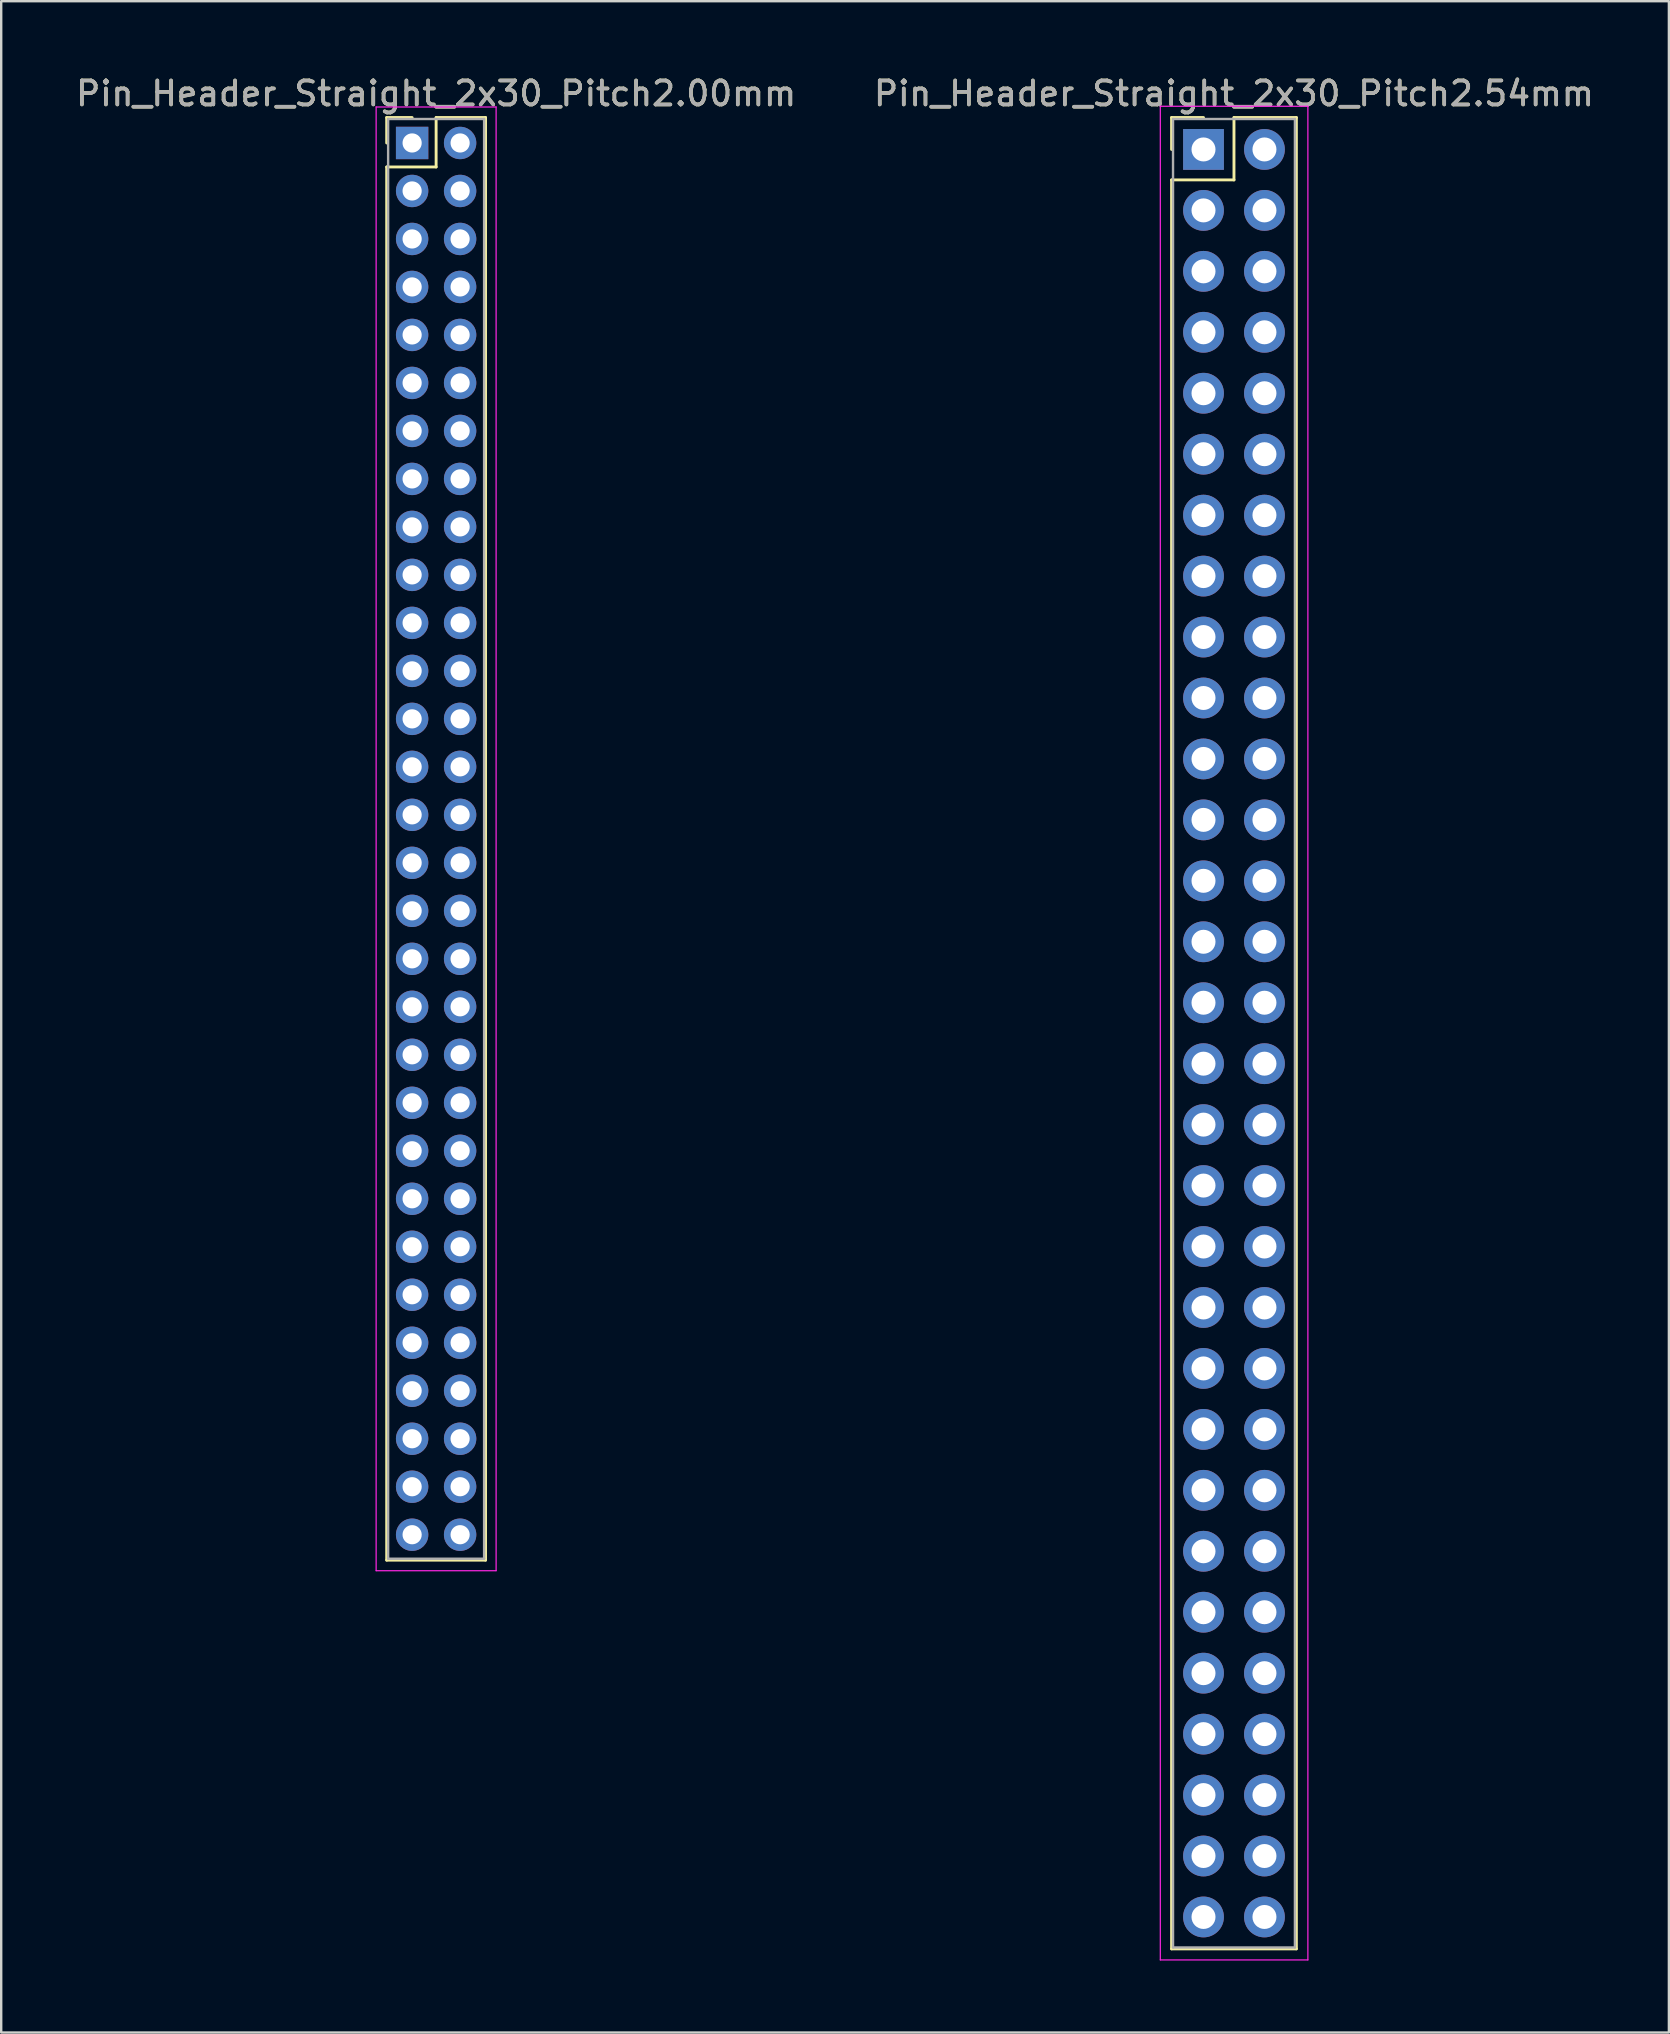
<source format=kicad_pcb>
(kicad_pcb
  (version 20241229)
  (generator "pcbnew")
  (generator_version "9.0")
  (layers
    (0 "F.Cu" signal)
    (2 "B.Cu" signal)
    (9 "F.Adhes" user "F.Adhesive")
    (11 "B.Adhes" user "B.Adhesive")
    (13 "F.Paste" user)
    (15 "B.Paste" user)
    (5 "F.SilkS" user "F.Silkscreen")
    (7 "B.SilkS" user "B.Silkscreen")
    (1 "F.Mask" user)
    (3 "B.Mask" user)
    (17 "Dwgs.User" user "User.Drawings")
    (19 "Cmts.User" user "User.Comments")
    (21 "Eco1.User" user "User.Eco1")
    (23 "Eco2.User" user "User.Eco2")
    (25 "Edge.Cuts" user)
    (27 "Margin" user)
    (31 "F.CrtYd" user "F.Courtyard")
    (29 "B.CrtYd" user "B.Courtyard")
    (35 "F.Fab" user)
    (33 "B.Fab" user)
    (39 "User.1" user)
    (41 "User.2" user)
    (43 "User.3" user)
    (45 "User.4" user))
  (footprint "Pin_Header_Straight_2x30_Pitch2.54mm"
    (layer "F.Cu")
    (at 47.105 3.178)
    (property "Reference" "Pin_Header_Straight_2x30_Pitch2.54mm" (at 1.27 -2.33 0) (layer "F.SilkS") (effects (font (size 1 1) (thickness 0.15))))
    (attr through_hole)
    (fp_line (start -1.33 -1.33) (end 0 -1.33) (stroke (width 0.12) (type solid)) (layer "F.SilkS"))
    (fp_line (start -1.33 0) (end -1.33 -1.33) (stroke (width 0.12) (type solid)) (layer "F.SilkS"))
    (fp_line (start -1.33 1.27) (end -1.33 74.99) (stroke (width 0.12) (type solid)) (layer "F.SilkS"))
    (fp_line (start -1.33 74.99) (end 3.87 74.99) (stroke (width 0.12) (type solid)) (layer "F.SilkS"))
    (fp_line (start 1.27 -1.33) (end 1.27 1.27) (stroke (width 0.12) (type solid)) (layer "F.SilkS"))
    (fp_line (start 1.27 1.27) (end -1.33 1.27) (stroke (width 0.12) (type solid)) (layer "F.SilkS"))
    (fp_line (start 3.87 -1.33) (end 1.27 -1.33) (stroke (width 0.12) (type solid)) (layer "F.SilkS"))
    (fp_line (start 3.87 74.99) (end 3.87 -1.33) (stroke (width 0.12) (type solid)) (layer "F.SilkS"))
    (fp_line (start -1.8 -1.8) (end -1.8 75.45) (stroke (width 0.05) (type solid)) (layer "F.CrtYd"))
    (fp_line (start -1.8 75.45) (end 4.35 75.45) (stroke (width 0.05) (type solid)) (layer "F.CrtYd"))
    (fp_line (start 4.35 -1.8) (end -1.8 -1.8) (stroke (width 0.05) (type solid)) (layer "F.CrtYd"))
    (fp_line (start 4.35 75.45) (end 4.35 -1.8) (stroke (width 0.05) (type solid)) (layer "F.CrtYd"))
    (fp_line (start -1.27 -1.27) (end -1.27 74.93) (stroke (width 0.1) (type solid)) (layer "F.Fab"))
    (fp_line (start -1.27 74.93) (end 3.81 74.93) (stroke (width 0.1) (type solid)) (layer "F.Fab"))
    (fp_line (start 3.81 -1.27) (end -1.27 -1.27) (stroke (width 0.1) (type solid)) (layer "F.Fab"))
    (fp_line (start 3.81 74.93) (end 3.81 -1.27) (stroke (width 0.1) (type solid)) (layer "F.Fab"))
    (fp_text user "${REFERENCE}" (at 1.27 -2.33 0) (layer "F.Fab") (effects (font (size 1 1) (thickness 0.15))))
    (pad "1" thru_hole rect (at 0 0) (size 1.7 1.7) (drill 1) (layers "*.Cu" "*.Mask"))
    (pad "2" thru_hole oval (at 2.54 0) (size 1.7 1.7) (drill 1) (layers "*.Cu" "*.Mask"))
    (pad "3" thru_hole oval (at 0 2.54) (size 1.7 1.7) (drill 1) (layers "*.Cu" "*.Mask"))
    (pad "4" thru_hole oval (at 2.54 2.54) (size 1.7 1.7) (drill 1) (layers "*.Cu" "*.Mask"))
    (pad "5" thru_hole oval (at 0 5.08) (size 1.7 1.7) (drill 1) (layers "*.Cu" "*.Mask"))
    (pad "6" thru_hole oval (at 2.54 5.08) (size 1.7 1.7) (drill 1) (layers "*.Cu" "*.Mask"))
    (pad "7" thru_hole oval (at 0 7.62) (size 1.7 1.7) (drill 1) (layers "*.Cu" "*.Mask"))
    (pad "8" thru_hole oval (at 2.54 7.62) (size 1.7 1.7) (drill 1) (layers "*.Cu" "*.Mask"))
    (pad "9" thru_hole oval (at 0 10.16) (size 1.7 1.7) (drill 1) (layers "*.Cu" "*.Mask"))
    (pad "10" thru_hole oval (at 2.54 10.16) (size 1.7 1.7) (drill 1) (layers "*.Cu" "*.Mask"))
    (pad "11" thru_hole oval (at 0 12.7) (size 1.7 1.7) (drill 1) (layers "*.Cu" "*.Mask"))
    (pad "12" thru_hole oval (at 2.54 12.7) (size 1.7 1.7) (drill 1) (layers "*.Cu" "*.Mask"))
    (pad "13" thru_hole oval (at 0 15.24) (size 1.7 1.7) (drill 1) (layers "*.Cu" "*.Mask"))
    (pad "14" thru_hole oval (at 2.54 15.24) (size 1.7 1.7) (drill 1) (layers "*.Cu" "*.Mask"))
    (pad "15" thru_hole oval (at 0 17.78) (size 1.7 1.7) (drill 1) (layers "*.Cu" "*.Mask"))
    (pad "16" thru_hole oval (at 2.54 17.78) (size 1.7 1.7) (drill 1) (layers "*.Cu" "*.Mask"))
    (pad "17" thru_hole oval (at 0 20.32) (size 1.7 1.7) (drill 1) (layers "*.Cu" "*.Mask"))
    (pad "18" thru_hole oval (at 2.54 20.32) (size 1.7 1.7) (drill 1) (layers "*.Cu" "*.Mask"))
    (pad "19" thru_hole oval (at 0 22.86) (size 1.7 1.7) (drill 1) (layers "*.Cu" "*.Mask"))
    (pad "20" thru_hole oval (at 2.54 22.86) (size 1.7 1.7) (drill 1) (layers "*.Cu" "*.Mask"))
    (pad "21" thru_hole oval (at 0 25.4) (size 1.7 1.7) (drill 1) (layers "*.Cu" "*.Mask"))
    (pad "22" thru_hole oval (at 2.54 25.4) (size 1.7 1.7) (drill 1) (layers "*.Cu" "*.Mask"))
    (pad "23" thru_hole oval (at 0 27.94) (size 1.7 1.7) (drill 1) (layers "*.Cu" "*.Mask"))
    (pad "24" thru_hole oval (at 2.54 27.94) (size 1.7 1.7) (drill 1) (layers "*.Cu" "*.Mask"))
    (pad "25" thru_hole oval (at 0 30.48) (size 1.7 1.7) (drill 1) (layers "*.Cu" "*.Mask"))
    (pad "26" thru_hole oval (at 2.54 30.48) (size 1.7 1.7) (drill 1) (layers "*.Cu" "*.Mask"))
    (pad "27" thru_hole oval (at 0 33.02) (size 1.7 1.7) (drill 1) (layers "*.Cu" "*.Mask"))
    (pad "28" thru_hole oval (at 2.54 33.02) (size 1.7 1.7) (drill 1) (layers "*.Cu" "*.Mask"))
    (pad "29" thru_hole oval (at 0 35.56) (size 1.7 1.7) (drill 1) (layers "*.Cu" "*.Mask"))
    (pad "30" thru_hole oval (at 2.54 35.56) (size 1.7 1.7) (drill 1) (layers "*.Cu" "*.Mask"))
    (pad "31" thru_hole oval (at 0 38.1) (size 1.7 1.7) (drill 1) (layers "*.Cu" "*.Mask"))
    (pad "32" thru_hole oval (at 2.54 38.1) (size 1.7 1.7) (drill 1) (layers "*.Cu" "*.Mask"))
    (pad "33" thru_hole oval (at 0 40.64) (size 1.7 1.7) (drill 1) (layers "*.Cu" "*.Mask"))
    (pad "34" thru_hole oval (at 2.54 40.64) (size 1.7 1.7) (drill 1) (layers "*.Cu" "*.Mask"))
    (pad "35" thru_hole oval (at 0 43.18) (size 1.7 1.7) (drill 1) (layers "*.Cu" "*.Mask"))
    (pad "36" thru_hole oval (at 2.54 43.18) (size 1.7 1.7) (drill 1) (layers "*.Cu" "*.Mask"))
    (pad "37" thru_hole oval (at 0 45.72) (size 1.7 1.7) (drill 1) (layers "*.Cu" "*.Mask"))
    (pad "38" thru_hole oval (at 2.54 45.72) (size 1.7 1.7) (drill 1) (layers "*.Cu" "*.Mask"))
    (pad "39" thru_hole oval (at 0 48.26) (size 1.7 1.7) (drill 1) (layers "*.Cu" "*.Mask"))
    (pad "40" thru_hole oval (at 2.54 48.26) (size 1.7 1.7) (drill 1) (layers "*.Cu" "*.Mask"))
    (pad "41" thru_hole oval (at 0 50.8) (size 1.7 1.7) (drill 1) (layers "*.Cu" "*.Mask"))
    (pad "42" thru_hole oval (at 2.54 50.8) (size 1.7 1.7) (drill 1) (layers "*.Cu" "*.Mask"))
    (pad "43" thru_hole oval (at 0 53.34) (size 1.7 1.7) (drill 1) (layers "*.Cu" "*.Mask"))
    (pad "44" thru_hole oval (at 2.54 53.34) (size 1.7 1.7) (drill 1) (layers "*.Cu" "*.Mask"))
    (pad "45" thru_hole oval (at 0 55.88) (size 1.7 1.7) (drill 1) (layers "*.Cu" "*.Mask"))
    (pad "46" thru_hole oval (at 2.54 55.88) (size 1.7 1.7) (drill 1) (layers "*.Cu" "*.Mask"))
    (pad "47" thru_hole oval (at 0 58.42) (size 1.7 1.7) (drill 1) (layers "*.Cu" "*.Mask"))
    (pad "48" thru_hole oval (at 2.54 58.42) (size 1.7 1.7) (drill 1) (layers "*.Cu" "*.Mask"))
    (pad "49" thru_hole oval (at 0 60.96) (size 1.7 1.7) (drill 1) (layers "*.Cu" "*.Mask"))
    (pad "50" thru_hole oval (at 2.54 60.96) (size 1.7 1.7) (drill 1) (layers "*.Cu" "*.Mask"))
    (pad "51" thru_hole oval (at 0 63.5) (size 1.7 1.7) (drill 1) (layers "*.Cu" "*.Mask"))
    (pad "52" thru_hole oval (at 2.54 63.5) (size 1.7 1.7) (drill 1) (layers "*.Cu" "*.Mask"))
    (pad "53" thru_hole oval (at 0 66.04) (size 1.7 1.7) (drill 1) (layers "*.Cu" "*.Mask"))
    (pad "54" thru_hole oval (at 2.54 66.04) (size 1.7 1.7) (drill 1) (layers "*.Cu" "*.Mask"))
    (pad "55" thru_hole oval (at 0 68.58) (size 1.7 1.7) (drill 1) (layers "*.Cu" "*.Mask"))
    (pad "56" thru_hole oval (at 2.54 68.58) (size 1.7 1.7) (drill 1) (layers "*.Cu" "*.Mask"))
    (pad "57" thru_hole oval (at 0 71.12) (size 1.7 1.7) (drill 1) (layers "*.Cu" "*.Mask"))
    (pad "58" thru_hole oval (at 2.54 71.12) (size 1.7 1.7) (drill 1) (layers "*.Cu" "*.Mask"))
    (pad "59" thru_hole oval (at 0 73.66) (size 1.7 1.7) (drill 1) (layers "*.Cu" "*.Mask"))
    (pad "60" thru_hole oval (at 2.54 73.66) (size 1.7 1.7) (drill 1) (layers "*.Cu" "*.Mask")))
  (footprint "Pin_Header_Straight_2x30_Pitch2.00mm"
    (layer "F.Cu")
    (at 14.125 2.908)
    (property "Reference" "Pin_Header_Straight_2x30_Pitch2.00mm" (at 1 -2.06 0) (layer "F.SilkS") (effects (font (size 1 1) (thickness 0.15))))
    (attr through_hole)
    (fp_line (start -1.06 -1.06) (end 0 -1.06) (stroke (width 0.12) (type solid)) (layer "F.SilkS"))
    (fp_line (start -1.06 0) (end -1.06 -1.06) (stroke (width 0.12) (type solid)) (layer "F.SilkS"))
    (fp_line (start -1.06 1) (end -1.06 59.06) (stroke (width 0.12) (type solid)) (layer "F.SilkS"))
    (fp_line (start -1.06 59.06) (end 3.06 59.06) (stroke (width 0.12) (type solid)) (layer "F.SilkS"))
    (fp_line (start 1 -1.06) (end 1 1) (stroke (width 0.12) (type solid)) (layer "F.SilkS"))
    (fp_line (start 1 1) (end -1.06 1) (stroke (width 0.12) (type solid)) (layer "F.SilkS"))
    (fp_line (start 3.06 -1.06) (end 1 -1.06) (stroke (width 0.12) (type solid)) (layer "F.SilkS"))
    (fp_line (start 3.06 59.06) (end 3.06 -1.06) (stroke (width 0.12) (type solid)) (layer "F.SilkS"))
    (fp_line (start -1.5 -1.5) (end -1.5 59.5) (stroke (width 0.05) (type solid)) (layer "F.CrtYd"))
    (fp_line (start -1.5 59.5) (end 3.5 59.5) (stroke (width 0.05) (type solid)) (layer "F.CrtYd"))
    (fp_line (start 3.5 -1.5) (end -1.5 -1.5) (stroke (width 0.05) (type solid)) (layer "F.CrtYd"))
    (fp_line (start 3.5 59.5) (end 3.5 -1.5) (stroke (width 0.05) (type solid)) (layer "F.CrtYd"))
    (fp_line (start -1 -1) (end -1 59) (stroke (width 0.1) (type solid)) (layer "F.Fab"))
    (fp_line (start -1 59) (end 3 59) (stroke (width 0.1) (type solid)) (layer "F.Fab"))
    (fp_line (start 3 -1) (end -1 -1) (stroke (width 0.1) (type solid)) (layer "F.Fab"))
    (fp_line (start 3 59) (end 3 -1) (stroke (width 0.1) (type solid)) (layer "F.Fab"))
    (fp_text user "${REFERENCE}" (at 1 -2.06 0) (layer "F.Fab") (effects (font (size 1 1) (thickness 0.15))))
    (pad "1" thru_hole rect (at 0 0) (size 1.35 1.35) (drill 0.8) (layers "*.Cu" "*.Mask"))
    (pad "2" thru_hole oval (at 2 0) (size 1.35 1.35) (drill 0.8) (layers "*.Cu" "*.Mask"))
    (pad "3" thru_hole oval (at 0 2) (size 1.35 1.35) (drill 0.8) (layers "*.Cu" "*.Mask"))
    (pad "4" thru_hole oval (at 2 2) (size 1.35 1.35) (drill 0.8) (layers "*.Cu" "*.Mask"))
    (pad "5" thru_hole oval (at 0 4) (size 1.35 1.35) (drill 0.8) (layers "*.Cu" "*.Mask"))
    (pad "6" thru_hole oval (at 2 4) (size 1.35 1.35) (drill 0.8) (layers "*.Cu" "*.Mask"))
    (pad "7" thru_hole oval (at 0 6) (size 1.35 1.35) (drill 0.8) (layers "*.Cu" "*.Mask"))
    (pad "8" thru_hole oval (at 2 6) (size 1.35 1.35) (drill 0.8) (layers "*.Cu" "*.Mask"))
    (pad "9" thru_hole oval (at 0 8) (size 1.35 1.35) (drill 0.8) (layers "*.Cu" "*.Mask"))
    (pad "10" thru_hole oval (at 2 8) (size 1.35 1.35) (drill 0.8) (layers "*.Cu" "*.Mask"))
    (pad "11" thru_hole oval (at 0 10) (size 1.35 1.35) (drill 0.8) (layers "*.Cu" "*.Mask"))
    (pad "12" thru_hole oval (at 2 10) (size 1.35 1.35) (drill 0.8) (layers "*.Cu" "*.Mask"))
    (pad "13" thru_hole oval (at 0 12) (size 1.35 1.35) (drill 0.8) (layers "*.Cu" "*.Mask"))
    (pad "14" thru_hole oval (at 2 12) (size 1.35 1.35) (drill 0.8) (layers "*.Cu" "*.Mask"))
    (pad "15" thru_hole oval (at 0 14) (size 1.35 1.35) (drill 0.8) (layers "*.Cu" "*.Mask"))
    (pad "16" thru_hole oval (at 2 14) (size 1.35 1.35) (drill 0.8) (layers "*.Cu" "*.Mask"))
    (pad "17" thru_hole oval (at 0 16) (size 1.35 1.35) (drill 0.8) (layers "*.Cu" "*.Mask"))
    (pad "18" thru_hole oval (at 2 16) (size 1.35 1.35) (drill 0.8) (layers "*.Cu" "*.Mask"))
    (pad "19" thru_hole oval (at 0 18) (size 1.35 1.35) (drill 0.8) (layers "*.Cu" "*.Mask"))
    (pad "20" thru_hole oval (at 2 18) (size 1.35 1.35) (drill 0.8) (layers "*.Cu" "*.Mask"))
    (pad "21" thru_hole oval (at 0 20) (size 1.35 1.35) (drill 0.8) (layers "*.Cu" "*.Mask"))
    (pad "22" thru_hole oval (at 2 20) (size 1.35 1.35) (drill 0.8) (layers "*.Cu" "*.Mask"))
    (pad "23" thru_hole oval (at 0 22) (size 1.35 1.35) (drill 0.8) (layers "*.Cu" "*.Mask"))
    (pad "24" thru_hole oval (at 2 22) (size 1.35 1.35) (drill 0.8) (layers "*.Cu" "*.Mask"))
    (pad "25" thru_hole oval (at 0 24) (size 1.35 1.35) (drill 0.8) (layers "*.Cu" "*.Mask"))
    (pad "26" thru_hole oval (at 2 24) (size 1.35 1.35) (drill 0.8) (layers "*.Cu" "*.Mask"))
    (pad "27" thru_hole oval (at 0 26) (size 1.35 1.35) (drill 0.8) (layers "*.Cu" "*.Mask"))
    (pad "28" thru_hole oval (at 2 26) (size 1.35 1.35) (drill 0.8) (layers "*.Cu" "*.Mask"))
    (pad "29" thru_hole oval (at 0 28) (size 1.35 1.35) (drill 0.8) (layers "*.Cu" "*.Mask"))
    (pad "30" thru_hole oval (at 2 28) (size 1.35 1.35) (drill 0.8) (layers "*.Cu" "*.Mask"))
    (pad "31" thru_hole oval (at 0 30) (size 1.35 1.35) (drill 0.8) (layers "*.Cu" "*.Mask"))
    (pad "32" thru_hole oval (at 2 30) (size 1.35 1.35) (drill 0.8) (layers "*.Cu" "*.Mask"))
    (pad "33" thru_hole oval (at 0 32) (size 1.35 1.35) (drill 0.8) (layers "*.Cu" "*.Mask"))
    (pad "34" thru_hole oval (at 2 32) (size 1.35 1.35) (drill 0.8) (layers "*.Cu" "*.Mask"))
    (pad "35" thru_hole oval (at 0 34) (size 1.35 1.35) (drill 0.8) (layers "*.Cu" "*.Mask"))
    (pad "36" thru_hole oval (at 2 34) (size 1.35 1.35) (drill 0.8) (layers "*.Cu" "*.Mask"))
    (pad "37" thru_hole oval (at 0 36) (size 1.35 1.35) (drill 0.8) (layers "*.Cu" "*.Mask"))
    (pad "38" thru_hole oval (at 2 36) (size 1.35 1.35) (drill 0.8) (layers "*.Cu" "*.Mask"))
    (pad "39" thru_hole oval (at 0 38) (size 1.35 1.35) (drill 0.8) (layers "*.Cu" "*.Mask"))
    (pad "40" thru_hole oval (at 2 38) (size 1.35 1.35) (drill 0.8) (layers "*.Cu" "*.Mask"))
    (pad "41" thru_hole oval (at 0 40) (size 1.35 1.35) (drill 0.8) (layers "*.Cu" "*.Mask"))
    (pad "42" thru_hole oval (at 2 40) (size 1.35 1.35) (drill 0.8) (layers "*.Cu" "*.Mask"))
    (pad "43" thru_hole oval (at 0 42) (size 1.35 1.35) (drill 0.8) (layers "*.Cu" "*.Mask"))
    (pad "44" thru_hole oval (at 2 42) (size 1.35 1.35) (drill 0.8) (layers "*.Cu" "*.Mask"))
    (pad "45" thru_hole oval (at 0 44) (size 1.35 1.35) (drill 0.8) (layers "*.Cu" "*.Mask"))
    (pad "46" thru_hole oval (at 2 44) (size 1.35 1.35) (drill 0.8) (layers "*.Cu" "*.Mask"))
    (pad "47" thru_hole oval (at 0 46) (size 1.35 1.35) (drill 0.8) (layers "*.Cu" "*.Mask"))
    (pad "48" thru_hole oval (at 2 46) (size 1.35 1.35) (drill 0.8) (layers "*.Cu" "*.Mask"))
    (pad "49" thru_hole oval (at 0 48) (size 1.35 1.35) (drill 0.8) (layers "*.Cu" "*.Mask"))
    (pad "50" thru_hole oval (at 2 48) (size 1.35 1.35) (drill 0.8) (layers "*.Cu" "*.Mask"))
    (pad "51" thru_hole oval (at 0 50) (size 1.35 1.35) (drill 0.8) (layers "*.Cu" "*.Mask"))
    (pad "52" thru_hole oval (at 2 50) (size 1.35 1.35) (drill 0.8) (layers "*.Cu" "*.Mask"))
    (pad "53" thru_hole oval (at 0 52) (size 1.35 1.35) (drill 0.8) (layers "*.Cu" "*.Mask"))
    (pad "54" thru_hole oval (at 2 52) (size 1.35 1.35) (drill 0.8) (layers "*.Cu" "*.Mask"))
    (pad "55" thru_hole oval (at 0 54) (size 1.35 1.35) (drill 0.8) (layers "*.Cu" "*.Mask"))
    (pad "56" thru_hole oval (at 2 54) (size 1.35 1.35) (drill 0.8) (layers "*.Cu" "*.Mask"))
    (pad "57" thru_hole oval (at 0 56) (size 1.35 1.35) (drill 0.8) (layers "*.Cu" "*.Mask"))
    (pad "58" thru_hole oval (at 2 56) (size 1.35 1.35) (drill 0.8) (layers "*.Cu" "*.Mask"))
    (pad "59" thru_hole oval (at 0 58) (size 1.35 1.35) (drill 0.8) (layers "*.Cu" "*.Mask"))
    (pad "60" thru_hole oval (at 2 58) (size 1.35 1.35) (drill 0.8) (layers "*.Cu" "*.Mask")))
  (gr_rect
    (start -3 -3)
    (end 66.5 81.653)
    (stroke (width 0.1) (type default))
    (fill no)
    (layer "Edge.Cuts")))
</source>
